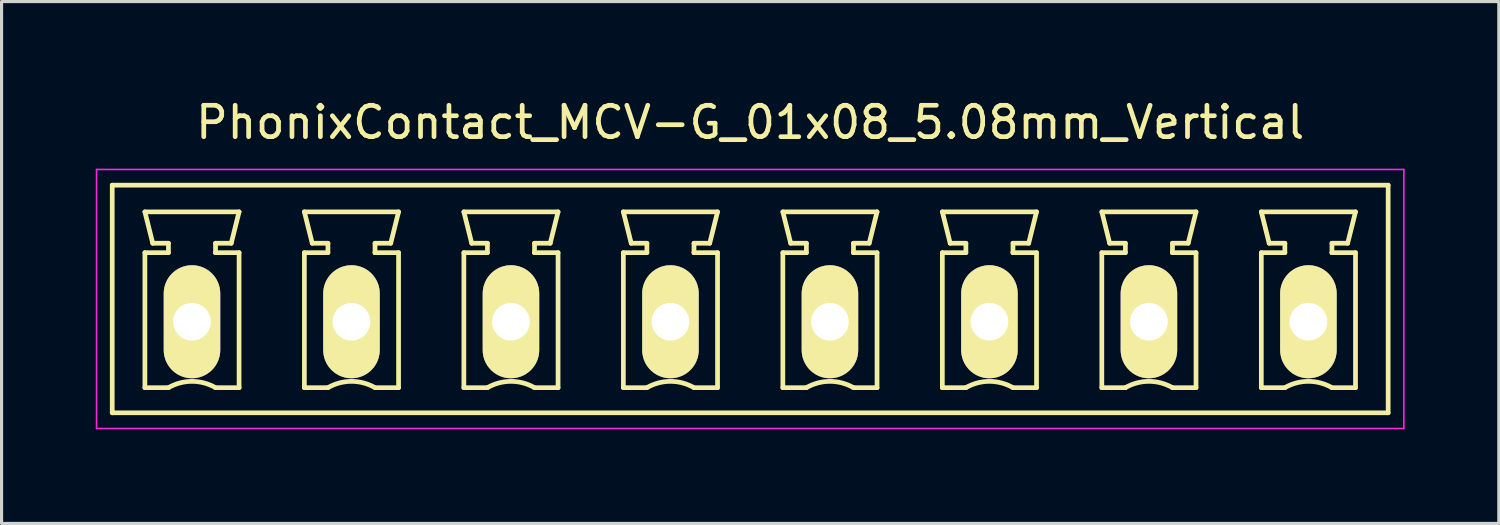
<source format=kicad_pcb>
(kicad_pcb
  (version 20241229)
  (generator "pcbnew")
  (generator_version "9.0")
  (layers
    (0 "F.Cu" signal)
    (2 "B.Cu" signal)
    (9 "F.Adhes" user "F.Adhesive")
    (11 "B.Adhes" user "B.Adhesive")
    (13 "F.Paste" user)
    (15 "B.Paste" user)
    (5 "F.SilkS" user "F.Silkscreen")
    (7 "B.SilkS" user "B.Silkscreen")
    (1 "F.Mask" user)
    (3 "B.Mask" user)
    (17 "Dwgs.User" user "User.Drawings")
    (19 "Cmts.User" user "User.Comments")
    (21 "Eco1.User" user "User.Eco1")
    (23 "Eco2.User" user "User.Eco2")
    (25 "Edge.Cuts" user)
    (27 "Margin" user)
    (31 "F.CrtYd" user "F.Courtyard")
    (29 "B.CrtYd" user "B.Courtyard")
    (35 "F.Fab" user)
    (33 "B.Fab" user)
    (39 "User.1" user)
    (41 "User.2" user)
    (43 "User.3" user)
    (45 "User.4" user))
  (footprint "PhonixContact_MCV-G_01x08_5.08mm_Vertical"
    (layer "F.Cu")
    (at 3.065 7.198)
    (property "Reference" "PhonixContact_MCV-G_01x08_5.08mm_Vertical" (at 17.78 -6.35 0) (layer "F.SilkS") (effects (font (size 1 1) (thickness 0.15))))
    (attr through_hole)
    (fp_line (start -2.54 -4.35) (end -2.54 2.9) (stroke (width 0.15) (type solid)) (layer "F.SilkS"))
    (fp_line (start -2.54 2.9) (end 38.1 2.9) (stroke (width 0.15) (type solid)) (layer "F.SilkS"))
    (fp_line (start -1.5 -3.5) (end 1.5 -3.5) (stroke (width 0.15) (type solid)) (layer "F.SilkS"))
    (fp_line (start -1.5 -2.2) (end -0.75 -2.2) (stroke (width 0.15) (type solid)) (layer "F.SilkS"))
    (fp_line (start -1.5 2.1) (end -1.5 -2.2) (stroke (width 0.15) (type solid)) (layer "F.SilkS"))
    (fp_line (start -1.25 -2.5) (end -1.5 -3.5) (stroke (width 0.15) (type solid)) (layer "F.SilkS"))
    (fp_line (start -0.75 -2.5) (end -1.25 -2.5) (stroke (width 0.15) (type solid)) (layer "F.SilkS"))
    (fp_line (start -0.75 -2.2) (end -0.75 -2.5) (stroke (width 0.15) (type solid)) (layer "F.SilkS"))
    (fp_line (start -0.75 2.1) (end -1.5 2.1) (stroke (width 0.15) (type solid)) (layer "F.SilkS"))
    (fp_line (start 0.75 -2.5) (end 0.75 -2.2) (stroke (width 0.15) (type solid)) (layer "F.SilkS"))
    (fp_line (start 0.75 -2.2) (end 0.75 -2.2) (stroke (width 0.15) (type solid)) (layer "F.SilkS"))
    (fp_line (start 0.75 -2.2) (end 1.5 -2.2) (stroke (width 0.15) (type solid)) (layer "F.SilkS"))
    (fp_line (start 1.25 -2.5) (end 0.75 -2.5) (stroke (width 0.15) (type solid)) (layer "F.SilkS"))
    (fp_line (start 1.5 -3.5) (end 1.25 -2.5) (stroke (width 0.15) (type solid)) (layer "F.SilkS"))
    (fp_line (start 1.5 -2.2) (end 1.5 2.1) (stroke (width 0.15) (type solid)) (layer "F.SilkS"))
    (fp_line (start 1.5 2.1) (end 0.75 2.1) (stroke (width 0.15) (type solid)) (layer "F.SilkS"))
    (fp_line (start 3.58 -3.5) (end 6.58 -3.5) (stroke (width 0.15) (type solid)) (layer "F.SilkS"))
    (fp_line (start 3.58 -2.2) (end 4.33 -2.2) (stroke (width 0.15) (type solid)) (layer "F.SilkS"))
    (fp_line (start 3.58 2.1) (end 3.58 -2.2) (stroke (width 0.15) (type solid)) (layer "F.SilkS"))
    (fp_line (start 3.83 -2.5) (end 3.58 -3.5) (stroke (width 0.15) (type solid)) (layer "F.SilkS"))
    (fp_line (start 4.33 -2.5) (end 3.83 -2.5) (stroke (width 0.15) (type solid)) (layer "F.SilkS"))
    (fp_line (start 4.33 -2.2) (end 4.33 -2.5) (stroke (width 0.15) (type solid)) (layer "F.SilkS"))
    (fp_line (start 4.33 2.1) (end 3.58 2.1) (stroke (width 0.15) (type solid)) (layer "F.SilkS"))
    (fp_line (start 5.83 -2.5) (end 5.83 -2.2) (stroke (width 0.15) (type solid)) (layer "F.SilkS"))
    (fp_line (start 5.83 -2.2) (end 5.83 -2.2) (stroke (width 0.15) (type solid)) (layer "F.SilkS"))
    (fp_line (start 5.83 -2.2) (end 6.58 -2.2) (stroke (width 0.15) (type solid)) (layer "F.SilkS"))
    (fp_line (start 6.33 -2.5) (end 5.83 -2.5) (stroke (width 0.15) (type solid)) (layer "F.SilkS"))
    (fp_line (start 6.58 -3.5) (end 6.33 -2.5) (stroke (width 0.15) (type solid)) (layer "F.SilkS"))
    (fp_line (start 6.58 -2.2) (end 6.58 2.1) (stroke (width 0.15) (type solid)) (layer "F.SilkS"))
    (fp_line (start 6.58 2.1) (end 5.83 2.1) (stroke (width 0.15) (type solid)) (layer "F.SilkS"))
    (fp_line (start 8.66 -3.5) (end 11.66 -3.5) (stroke (width 0.15) (type solid)) (layer "F.SilkS"))
    (fp_line (start 8.66 -2.2) (end 9.41 -2.2) (stroke (width 0.15) (type solid)) (layer "F.SilkS"))
    (fp_line (start 8.66 2.1) (end 8.66 -2.2) (stroke (width 0.15) (type solid)) (layer "F.SilkS"))
    (fp_line (start 8.91 -2.5) (end 8.66 -3.5) (stroke (width 0.15) (type solid)) (layer "F.SilkS"))
    (fp_line (start 9.41 -2.5) (end 8.91 -2.5) (stroke (width 0.15) (type solid)) (layer "F.SilkS"))
    (fp_line (start 9.41 -2.2) (end 9.41 -2.5) (stroke (width 0.15) (type solid)) (layer "F.SilkS"))
    (fp_line (start 9.41 2.1) (end 8.66 2.1) (stroke (width 0.15) (type solid)) (layer "F.SilkS"))
    (fp_line (start 10.91 -2.5) (end 10.91 -2.2) (stroke (width 0.15) (type solid)) (layer "F.SilkS"))
    (fp_line (start 10.91 -2.2) (end 10.91 -2.2) (stroke (width 0.15) (type solid)) (layer "F.SilkS"))
    (fp_line (start 10.91 -2.2) (end 11.66 -2.2) (stroke (width 0.15) (type solid)) (layer "F.SilkS"))
    (fp_line (start 11.41 -2.5) (end 10.91 -2.5) (stroke (width 0.15) (type solid)) (layer "F.SilkS"))
    (fp_line (start 11.66 -3.5) (end 11.41 -2.5) (stroke (width 0.15) (type solid)) (layer "F.SilkS"))
    (fp_line (start 11.66 -2.2) (end 11.66 2.1) (stroke (width 0.15) (type solid)) (layer "F.SilkS"))
    (fp_line (start 11.66 2.1) (end 10.91 2.1) (stroke (width 0.15) (type solid)) (layer "F.SilkS"))
    (fp_line (start 13.74 -3.5) (end 16.74 -3.5) (stroke (width 0.15) (type solid)) (layer "F.SilkS"))
    (fp_line (start 13.74 -2.2) (end 14.49 -2.2) (stroke (width 0.15) (type solid)) (layer "F.SilkS"))
    (fp_line (start 13.74 2.1) (end 13.74 -2.2) (stroke (width 0.15) (type solid)) (layer "F.SilkS"))
    (fp_line (start 13.99 -2.5) (end 13.74 -3.5) (stroke (width 0.15) (type solid)) (layer "F.SilkS"))
    (fp_line (start 14.49 -2.5) (end 13.99 -2.5) (stroke (width 0.15) (type solid)) (layer "F.SilkS"))
    (fp_line (start 14.49 -2.2) (end 14.49 -2.5) (stroke (width 0.15) (type solid)) (layer "F.SilkS"))
    (fp_line (start 14.49 2.1) (end 13.74 2.1) (stroke (width 0.15) (type solid)) (layer "F.SilkS"))
    (fp_line (start 15.99 -2.5) (end 15.99 -2.2) (stroke (width 0.15) (type solid)) (layer "F.SilkS"))
    (fp_line (start 15.99 -2.2) (end 15.99 -2.2) (stroke (width 0.15) (type solid)) (layer "F.SilkS"))
    (fp_line (start 15.99 -2.2) (end 16.74 -2.2) (stroke (width 0.15) (type solid)) (layer "F.SilkS"))
    (fp_line (start 16.49 -2.5) (end 15.99 -2.5) (stroke (width 0.15) (type solid)) (layer "F.SilkS"))
    (fp_line (start 16.74 -3.5) (end 16.49 -2.5) (stroke (width 0.15) (type solid)) (layer "F.SilkS"))
    (fp_line (start 16.74 -2.2) (end 16.74 2.1) (stroke (width 0.15) (type solid)) (layer "F.SilkS"))
    (fp_line (start 16.74 2.1) (end 15.99 2.1) (stroke (width 0.15) (type solid)) (layer "F.SilkS"))
    (fp_line (start 18.82 -3.5) (end 21.82 -3.5) (stroke (width 0.15) (type solid)) (layer "F.SilkS"))
    (fp_line (start 18.82 -2.2) (end 19.57 -2.2) (stroke (width 0.15) (type solid)) (layer "F.SilkS"))
    (fp_line (start 18.82 2.1) (end 18.82 -2.2) (stroke (width 0.15) (type solid)) (layer "F.SilkS"))
    (fp_line (start 19.07 -2.5) (end 18.82 -3.5) (stroke (width 0.15) (type solid)) (layer "F.SilkS"))
    (fp_line (start 19.57 -2.5) (end 19.07 -2.5) (stroke (width 0.15) (type solid)) (layer "F.SilkS"))
    (fp_line (start 19.57 -2.2) (end 19.57 -2.5) (stroke (width 0.15) (type solid)) (layer "F.SilkS"))
    (fp_line (start 19.57 2.1) (end 18.82 2.1) (stroke (width 0.15) (type solid)) (layer "F.SilkS"))
    (fp_line (start 21.07 -2.5) (end 21.07 -2.2) (stroke (width 0.15) (type solid)) (layer "F.SilkS"))
    (fp_line (start 21.07 -2.2) (end 21.07 -2.2) (stroke (width 0.15) (type solid)) (layer "F.SilkS"))
    (fp_line (start 21.07 -2.2) (end 21.82 -2.2) (stroke (width 0.15) (type solid)) (layer "F.SilkS"))
    (fp_line (start 21.57 -2.5) (end 21.07 -2.5) (stroke (width 0.15) (type solid)) (layer "F.SilkS"))
    (fp_line (start 21.82 -3.5) (end 21.57 -2.5) (stroke (width 0.15) (type solid)) (layer "F.SilkS"))
    (fp_line (start 21.82 -2.2) (end 21.82 2.1) (stroke (width 0.15) (type solid)) (layer "F.SilkS"))
    (fp_line (start 21.82 2.1) (end 21.07 2.1) (stroke (width 0.15) (type solid)) (layer "F.SilkS"))
    (fp_line (start 23.9 -3.5) (end 26.9 -3.5) (stroke (width 0.15) (type solid)) (layer "F.SilkS"))
    (fp_line (start 23.9 -2.2) (end 24.65 -2.2) (stroke (width 0.15) (type solid)) (layer "F.SilkS"))
    (fp_line (start 23.9 2.1) (end 23.9 -2.2) (stroke (width 0.15) (type solid)) (layer "F.SilkS"))
    (fp_line (start 24.15 -2.5) (end 23.9 -3.5) (stroke (width 0.15) (type solid)) (layer "F.SilkS"))
    (fp_line (start 24.65 -2.5) (end 24.15 -2.5) (stroke (width 0.15) (type solid)) (layer "F.SilkS"))
    (fp_line (start 24.65 -2.2) (end 24.65 -2.5) (stroke (width 0.15) (type solid)) (layer "F.SilkS"))
    (fp_line (start 24.65 2.1) (end 23.9 2.1) (stroke (width 0.15) (type solid)) (layer "F.SilkS"))
    (fp_line (start 26.15 -2.5) (end 26.15 -2.2) (stroke (width 0.15) (type solid)) (layer "F.SilkS"))
    (fp_line (start 26.15 -2.2) (end 26.15 -2.2) (stroke (width 0.15) (type solid)) (layer "F.SilkS"))
    (fp_line (start 26.15 -2.2) (end 26.9 -2.2) (stroke (width 0.15) (type solid)) (layer "F.SilkS"))
    (fp_line (start 26.65 -2.5) (end 26.15 -2.5) (stroke (width 0.15) (type solid)) (layer "F.SilkS"))
    (fp_line (start 26.9 -3.5) (end 26.65 -2.5) (stroke (width 0.15) (type solid)) (layer "F.SilkS"))
    (fp_line (start 26.9 -2.2) (end 26.9 2.1) (stroke (width 0.15) (type solid)) (layer "F.SilkS"))
    (fp_line (start 26.9 2.1) (end 26.15 2.1) (stroke (width 0.15) (type solid)) (layer "F.SilkS"))
    (fp_line (start 28.98 -3.5) (end 31.98 -3.5) (stroke (width 0.15) (type solid)) (layer "F.SilkS"))
    (fp_line (start 28.98 -2.2) (end 29.73 -2.2) (stroke (width 0.15) (type solid)) (layer "F.SilkS"))
    (fp_line (start 28.98 2.1) (end 28.98 -2.2) (stroke (width 0.15) (type solid)) (layer "F.SilkS"))
    (fp_line (start 29.23 -2.5) (end 28.98 -3.5) (stroke (width 0.15) (type solid)) (layer "F.SilkS"))
    (fp_line (start 29.73 -2.5) (end 29.23 -2.5) (stroke (width 0.15) (type solid)) (layer "F.SilkS"))
    (fp_line (start 29.73 -2.2) (end 29.73 -2.5) (stroke (width 0.15) (type solid)) (layer "F.SilkS"))
    (fp_line (start 29.73 2.1) (end 28.98 2.1) (stroke (width 0.15) (type solid)) (layer "F.SilkS"))
    (fp_line (start 31.23 -2.5) (end 31.23 -2.2) (stroke (width 0.15) (type solid)) (layer "F.SilkS"))
    (fp_line (start 31.23 -2.2) (end 31.23 -2.2) (stroke (width 0.15) (type solid)) (layer "F.SilkS"))
    (fp_line (start 31.23 -2.2) (end 31.98 -2.2) (stroke (width 0.15) (type solid)) (layer "F.SilkS"))
    (fp_line (start 31.73 -2.5) (end 31.23 -2.5) (stroke (width 0.15) (type solid)) (layer "F.SilkS"))
    (fp_line (start 31.98 -3.5) (end 31.73 -2.5) (stroke (width 0.15) (type solid)) (layer "F.SilkS"))
    (fp_line (start 31.98 -2.2) (end 31.98 2.1) (stroke (width 0.15) (type solid)) (layer "F.SilkS"))
    (fp_line (start 31.98 2.1) (end 31.23 2.1) (stroke (width 0.15) (type solid)) (layer "F.SilkS"))
    (fp_line (start 34.06 -3.5) (end 37.06 -3.5) (stroke (width 0.15) (type solid)) (layer "F.SilkS"))
    (fp_line (start 34.06 -2.2) (end 34.81 -2.2) (stroke (width 0.15) (type solid)) (layer "F.SilkS"))
    (fp_line (start 34.06 2.1) (end 34.06 -2.2) (stroke (width 0.15) (type solid)) (layer "F.SilkS"))
    (fp_line (start 34.31 -2.5) (end 34.06 -3.5) (stroke (width 0.15) (type solid)) (layer "F.SilkS"))
    (fp_line (start 34.81 -2.5) (end 34.31 -2.5) (stroke (width 0.15) (type solid)) (layer "F.SilkS"))
    (fp_line (start 34.81 -2.2) (end 34.81 -2.5) (stroke (width 0.15) (type solid)) (layer "F.SilkS"))
    (fp_line (start 34.81 2.1) (end 34.06 2.1) (stroke (width 0.15) (type solid)) (layer "F.SilkS"))
    (fp_line (start 36.31 -2.5) (end 36.31 -2.2) (stroke (width 0.15) (type solid)) (layer "F.SilkS"))
    (fp_line (start 36.31 -2.2) (end 36.31 -2.2) (stroke (width 0.15) (type solid)) (layer "F.SilkS"))
    (fp_line (start 36.31 -2.2) (end 37.06 -2.2) (stroke (width 0.15) (type solid)) (layer "F.SilkS"))
    (fp_line (start 36.81 -2.5) (end 36.31 -2.5) (stroke (width 0.15) (type solid)) (layer "F.SilkS"))
    (fp_line (start 37.06 -3.5) (end 36.81 -2.5) (stroke (width 0.15) (type solid)) (layer "F.SilkS"))
    (fp_line (start 37.06 -2.2) (end 37.06 2.1) (stroke (width 0.15) (type solid)) (layer "F.SilkS"))
    (fp_line (start 37.06 2.1) (end 36.31 2.1) (stroke (width 0.15) (type solid)) (layer "F.SilkS"))
    (fp_line (start 38.1 -4.35) (end -2.54 -4.35) (stroke (width 0.15) (type solid)) (layer "F.SilkS"))
    (fp_line (start 38.1 2.9) (end 38.1 -4.35) (stroke (width 0.15) (type solid)) (layer "F.SilkS"))
    (fp_arc (start -0.75 2.1) (mid -0.006068 1.899179) (end 0.739464 2.093978) (stroke (width 0.15) (type solid)) (layer "F.SilkS"))
    (fp_arc (start 4.33 2.1) (mid 5.073932 1.899179) (end 5.819464 2.093978) (stroke (width 0.15) (type solid)) (layer "F.SilkS"))
    (fp_arc (start 9.41 2.1) (mid 10.153932 1.899179) (end 10.899464 2.093978) (stroke (width 0.15) (type solid)) (layer "F.SilkS"))
    (fp_arc (start 14.49 2.1) (mid 15.233932 1.899179) (end 15.979464 2.093978) (stroke (width 0.15) (type solid)) (layer "F.SilkS"))
    (fp_arc (start 19.57 2.1) (mid 20.313932 1.899179) (end 21.059464 2.093978) (stroke (width 0.15) (type solid)) (layer "F.SilkS"))
    (fp_arc (start 24.65 2.1) (mid 25.393932 1.899179) (end 26.139464 2.093978) (stroke (width 0.15) (type solid)) (layer "F.SilkS"))
    (fp_arc (start 29.73 2.1) (mid 30.473932 1.899179) (end 31.219464 2.093978) (stroke (width 0.15) (type solid)) (layer "F.SilkS"))
    (fp_arc (start 34.81 2.1) (mid 35.553932 1.899179) (end 36.299464 2.093978) (stroke (width 0.15) (type solid)) (layer "F.SilkS"))
    (fp_line (start -3.04 -4.85) (end -3.04 3.4) (stroke (width 0.05) (type solid)) (layer "F.CrtYd"))
    (fp_line (start -3.04 3.4) (end 38.6 3.4) (stroke (width 0.05) (type solid)) (layer "F.CrtYd"))
    (fp_line (start 38.6 -4.85) (end -3.04 -4.85) (stroke (width 0.05) (type solid)) (layer "F.CrtYd"))
    (fp_line (start 38.6 3.4) (end 38.6 -4.85) (stroke (width 0.05) (type solid)) (layer "F.CrtYd"))
    (pad "1" thru_hole oval (at 0 0) (size 1.8 3.6) (drill 1.2) (layers "*.Cu" "*.Mask" "F.SilkS"))
    (pad "2" thru_hole oval (at 5.08 0) (size 1.8 3.6) (drill 1.2) (layers "*.Cu" "*.Mask" "F.SilkS"))
    (pad "3" thru_hole oval (at 10.16 0) (size 1.8 3.6) (drill 1.2) (layers "*.Cu" "*.Mask" "F.SilkS"))
    (pad "4" thru_hole oval (at 15.24 0) (size 1.8 3.6) (drill 1.2) (layers "*.Cu" "*.Mask" "F.SilkS"))
    (pad "5" thru_hole oval (at 20.32 0) (size 1.8 3.6) (drill 1.2) (layers "*.Cu" "*.Mask" "F.SilkS"))
    (pad "6" thru_hole oval (at 25.4 0) (size 1.8 3.6) (drill 1.2) (layers "*.Cu" "*.Mask" "F.SilkS"))
    (pad "7" thru_hole oval (at 30.48 0) (size 1.8 3.6) (drill 1.2) (layers "*.Cu" "*.Mask" "F.SilkS"))
    (pad "8" thru_hole oval (at 35.56 0) (size 1.8 3.6) (drill 1.2) (layers "*.Cu" "*.Mask" "F.SilkS")))
  (gr_rect
    (start -3 -3)
    (end 44.69 13.623)
    (stroke (width 0.1) (type default))
    (fill no)
    (layer "Edge.Cuts")))
</source>
